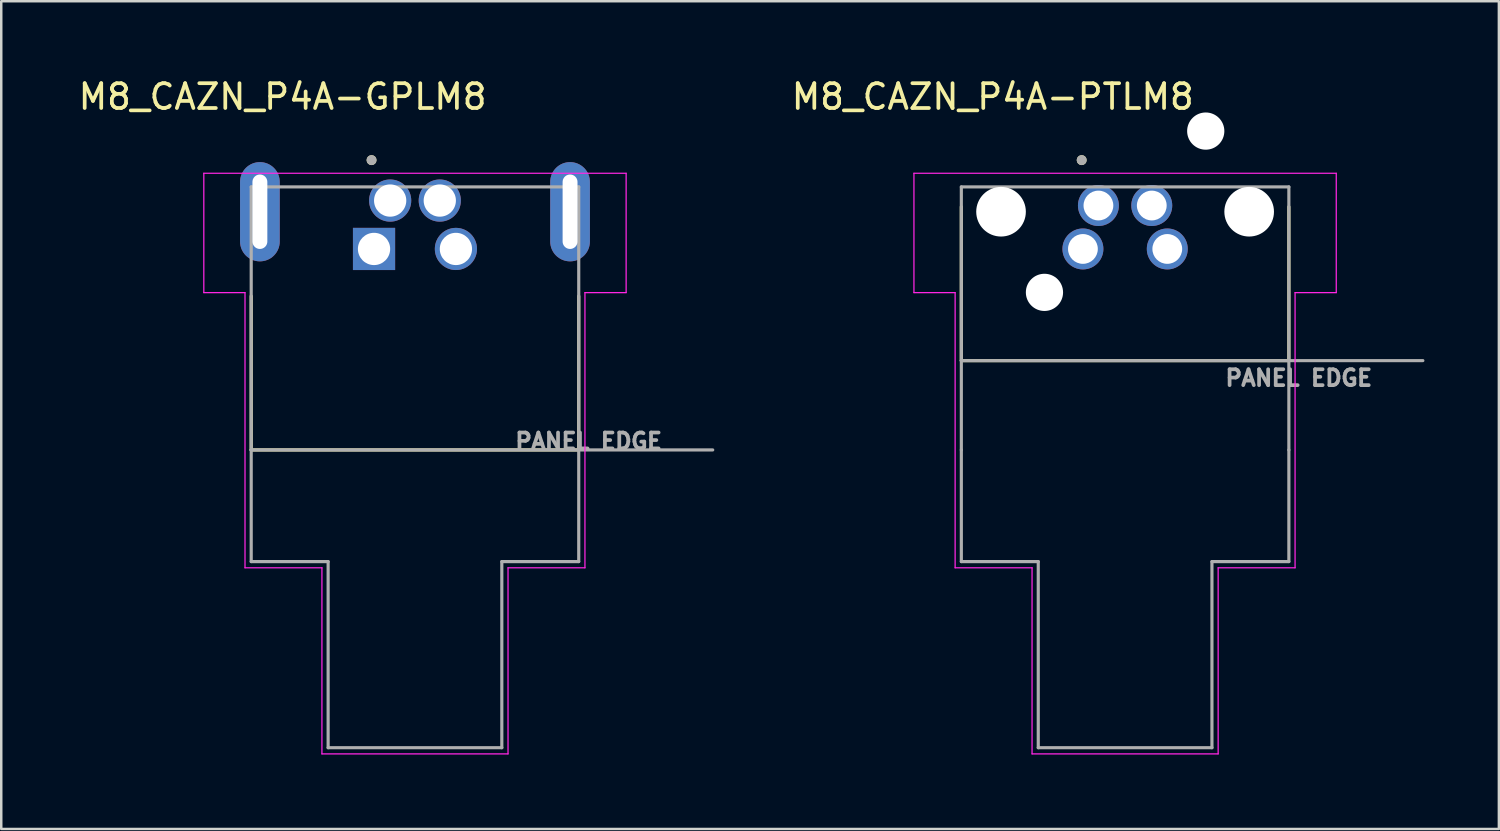
<source format=kicad_pcb>
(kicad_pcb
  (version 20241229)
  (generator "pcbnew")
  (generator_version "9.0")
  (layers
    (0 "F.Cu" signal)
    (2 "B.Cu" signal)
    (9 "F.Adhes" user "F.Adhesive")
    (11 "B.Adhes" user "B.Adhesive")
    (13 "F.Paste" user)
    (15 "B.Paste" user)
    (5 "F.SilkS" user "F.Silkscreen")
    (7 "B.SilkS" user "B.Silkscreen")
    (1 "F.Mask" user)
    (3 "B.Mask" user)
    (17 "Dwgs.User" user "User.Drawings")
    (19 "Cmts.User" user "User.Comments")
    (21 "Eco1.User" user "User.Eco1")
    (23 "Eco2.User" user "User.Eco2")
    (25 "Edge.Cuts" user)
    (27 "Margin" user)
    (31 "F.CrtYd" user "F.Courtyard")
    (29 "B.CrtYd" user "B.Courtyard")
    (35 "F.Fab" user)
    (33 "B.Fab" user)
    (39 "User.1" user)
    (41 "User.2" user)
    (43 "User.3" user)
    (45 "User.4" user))
  (footprint "M8_CAZN_P4A-PTLM8"
    (layer "F.Cu")
    (at 42.293 6.483)
    (property "Reference" "M8_CAZN_P4A-PTLM8" (at -5.335 -5.635 0) (layer "F.SilkS") (effects (font (size 1 1) (thickness 0.15))))
    (attr through_hole)
    (fp_line (start -6.6 -1.2) (end -6.6 5) (stroke (width 0.127) (type solid)) (layer "F.SilkS"))
    (fp_line (start -6.6 5) (end 6.6 5) (stroke (width 0.127) (type solid)) (layer "F.SilkS"))
    (fp_line (start 6.6 5) (end 6.6 -1.2) (stroke (width 0.127) (type solid)) (layer "F.SilkS"))
    (fp_circle (center -1.75 -3.08) (end -1.65 -3.08) (stroke (width 0.2) (type solid)) (fill no) (layer "F.SilkS"))
    (fp_line (start -8.51 -2.55) (end 8.51 -2.55) (stroke (width 0.05) (type solid)) (layer "F.CrtYd"))
    (fp_line (start -8.51 2.26) (end -8.51 -2.55) (stroke (width 0.05) (type solid)) (layer "F.CrtYd"))
    (fp_line (start -6.85 2.26) (end -8.51 2.26) (stroke (width 0.05) (type solid)) (layer "F.CrtYd"))
    (fp_line (start -6.85 13.35) (end -6.85 2.26) (stroke (width 0.05) (type solid)) (layer "F.CrtYd"))
    (fp_line (start -3.75 13.35) (end -6.85 13.35) (stroke (width 0.05) (type solid)) (layer "F.CrtYd"))
    (fp_line (start -3.75 20.85) (end -3.75 13.35) (stroke (width 0.05) (type solid)) (layer "F.CrtYd"))
    (fp_line (start 3.75 13.35) (end 3.75 20.85) (stroke (width 0.05) (type solid)) (layer "F.CrtYd"))
    (fp_line (start 3.75 20.85) (end -3.75 20.85) (stroke (width 0.05) (type solid)) (layer "F.CrtYd"))
    (fp_line (start 6.85 2.26) (end 6.85 13.35) (stroke (width 0.05) (type solid)) (layer "F.CrtYd"))
    (fp_line (start 6.85 13.35) (end 3.75 13.35) (stroke (width 0.05) (type solid)) (layer "F.CrtYd"))
    (fp_line (start 8.51 -2.55) (end 8.51 2.26) (stroke (width 0.05) (type solid)) (layer "F.CrtYd"))
    (fp_line (start 8.51 2.26) (end 6.85 2.26) (stroke (width 0.05) (type solid)) (layer "F.CrtYd"))
    (fp_line (start -6.6 -2) (end 6.6 -2) (stroke (width 0.127) (type solid)) (layer "F.Fab"))
    (fp_line (start -6.6 8.6) (end -6.6 -2) (stroke (width 0.127) (type solid)) (layer "F.Fab"))
    (fp_line (start -6.6 8.6) (end -6.6 13.1) (stroke (width 0.127) (type solid)) (layer "F.Fab"))
    (fp_line (start -6.6 13.1) (end -3.5 13.1) (stroke (width 0.127) (type solid)) (layer "F.Fab"))
    (fp_line (start -3.5 13.1) (end -3.5 20.6) (stroke (width 0.127) (type solid)) (layer "F.Fab"))
    (fp_line (start -3.5 20.6) (end 3.5 20.6) (stroke (width 0.127) (type solid)) (layer "F.Fab"))
    (fp_line (start 3.5 13.1) (end 6.6 13.1) (stroke (width 0.127) (type solid)) (layer "F.Fab"))
    (fp_line (start 3.5 20.6) (end 3.5 13.1) (stroke (width 0.127) (type solid)) (layer "F.Fab"))
    (fp_line (start 6.6 -2) (end 6.6 8.6) (stroke (width 0.127) (type solid)) (layer "F.Fab"))
    (fp_line (start 6.6 5) (end -6.6 5) (stroke (width 0.127) (type solid)) (layer "F.Fab"))
    (fp_line (start 6.6 5) (end 12 5) (stroke (width 0.127) (type solid)) (layer "F.Fab"))
    (fp_line (start 6.6 13.1) (end 6.6 8.6) (stroke (width 0.127) (type solid)) (layer "F.Fab"))
    (fp_circle (center -1.75 -3.08) (end -1.65 -3.08) (stroke (width 0.2) (type solid)) (fill no) (layer "F.Fab"))
    (fp_text user "PANEL EDGE" (at 7 5.7 0) (layer "F.Fab") (effects (font (size 0.64 0.64) (thickness 0.15))))
    (pad "" np_thru_hole circle (at -5 -1) (size 2 2) (drill 2) (layers "*.Cu" "*.Mask"))
    (pad "" np_thru_hole circle (at -3.25 2.25) (size 1.5 1.5) (drill 1.5) (layers "*.Cu" "*.Mask"))
    (pad "" np_thru_hole circle (at 3.25 -4.25) (size 1.5 1.5) (drill 1.5) (layers "*.Cu" "*.Mask"))
    (pad "" np_thru_hole circle (at 5 -1) (size 2 2) (drill 2) (layers "*.Cu" "*.Mask"))
    (pad "1" thru_hole circle (at -1.7 0.5) (size 1.65 1.65) (drill 1.2) (layers "*.Cu" "*.Mask"))
    (pad "2" thru_hole circle (at -1.075 -1.25) (size 1.65 1.65) (drill 1.2) (layers "*.Cu" "*.Mask"))
    (pad "3" thru_hole circle (at 1.7 0.5) (size 1.65 1.65) (drill 1.2) (layers "*.Cu" "*.Mask"))
    (pad "4" thru_hole circle (at 1.075 -1.25) (size 1.65 1.65) (drill 1.2) (layers "*.Cu" "*.Mask")))
  (footprint "M8_CAZN_P4A-GPLM8"
    (layer "F.Cu")
    (at 13.674 6.483)
    (property "Reference" "M8_CAZN_P4A-GPLM8" (at -5.335 -5.635 0) (layer "F.SilkS") (effects (font (size 1 1) (thickness 0.15))))
    (attr through_hole)
    (fp_line (start -6.6 2.4) (end -6.6 8.6) (stroke (width 0.127) (type solid)) (layer "F.SilkS"))
    (fp_line (start -6.6 8.6) (end 6.6 8.6) (stroke (width 0.127) (type solid)) (layer "F.SilkS"))
    (fp_line (start 6.6 8.6) (end 6.6 2.4) (stroke (width 0.127) (type solid)) (layer "F.SilkS"))
    (fp_circle (center -1.75 -3.08) (end -1.65 -3.08) (stroke (width 0.2) (type solid)) (fill no) (layer "F.SilkS"))
    (fp_line (start -8.51 -2.55) (end 8.51 -2.55) (stroke (width 0.05) (type solid)) (layer "F.CrtYd"))
    (fp_line (start -8.51 2.26) (end -8.51 -2.55) (stroke (width 0.05) (type solid)) (layer "F.CrtYd"))
    (fp_line (start -6.85 2.26) (end -8.51 2.26) (stroke (width 0.05) (type solid)) (layer "F.CrtYd"))
    (fp_line (start -6.85 13.35) (end -6.85 2.26) (stroke (width 0.05) (type solid)) (layer "F.CrtYd"))
    (fp_line (start -3.75 13.35) (end -6.85 13.35) (stroke (width 0.05) (type solid)) (layer "F.CrtYd"))
    (fp_line (start -3.75 20.85) (end -3.75 13.35) (stroke (width 0.05) (type solid)) (layer "F.CrtYd"))
    (fp_line (start 3.75 13.35) (end 3.75 20.85) (stroke (width 0.05) (type solid)) (layer "F.CrtYd"))
    (fp_line (start 3.75 20.85) (end -3.75 20.85) (stroke (width 0.05) (type solid)) (layer "F.CrtYd"))
    (fp_line (start 6.85 2.26) (end 6.85 13.35) (stroke (width 0.05) (type solid)) (layer "F.CrtYd"))
    (fp_line (start 6.85 13.35) (end 3.75 13.35) (stroke (width 0.05) (type solid)) (layer "F.CrtYd"))
    (fp_line (start 8.51 -2.55) (end 8.51 2.26) (stroke (width 0.05) (type solid)) (layer "F.CrtYd"))
    (fp_line (start 8.51 2.26) (end 6.85 2.26) (stroke (width 0.05) (type solid)) (layer "F.CrtYd"))
    (fp_line (start -6.6 -2) (end 6.6 -2) (stroke (width 0.127) (type solid)) (layer "F.Fab"))
    (fp_line (start -6.6 8.6) (end -6.6 -2) (stroke (width 0.127) (type solid)) (layer "F.Fab"))
    (fp_line (start -6.6 8.6) (end -6.6 13.1) (stroke (width 0.127) (type solid)) (layer "F.Fab"))
    (fp_line (start -6.6 13.1) (end -3.5 13.1) (stroke (width 0.127) (type solid)) (layer "F.Fab"))
    (fp_line (start -3.5 13.1) (end -3.5 20.6) (stroke (width 0.127) (type solid)) (layer "F.Fab"))
    (fp_line (start -3.5 20.6) (end 3.5 20.6) (stroke (width 0.127) (type solid)) (layer "F.Fab"))
    (fp_line (start 3.5 13.1) (end 6.6 13.1) (stroke (width 0.127) (type solid)) (layer "F.Fab"))
    (fp_line (start 3.5 20.6) (end 3.5 13.1) (stroke (width 0.127) (type solid)) (layer "F.Fab"))
    (fp_line (start 6.6 -2) (end 6.6 8.6) (stroke (width 0.127) (type solid)) (layer "F.Fab"))
    (fp_line (start 6.6 8.6) (end -6.6 8.6) (stroke (width 0.127) (type solid)) (layer "F.Fab"))
    (fp_line (start 6.6 8.6) (end 12 8.6) (stroke (width 0.127) (type solid)) (layer "F.Fab"))
    (fp_line (start 6.6 13.1) (end 6.6 8.6) (stroke (width 0.127) (type solid)) (layer "F.Fab"))
    (fp_circle (center -1.75 -3.08) (end -1.65 -3.08) (stroke (width 0.2) (type solid)) (fill no) (layer "F.Fab"))
    (fp_text user "PANEL EDGE" (at 7 8.25 0) (layer "F.Fab") (effects (font (size 0.64 0.64) (thickness 0.15))))
    (pad "1" thru_hole rect (at -1.65 0.5) (size 1.7 1.7) (drill 1.3) (layers "*.Cu" "*.Mask"))
    (pad "2" thru_hole circle (at -1 -1.45) (size 1.7 1.7) (drill 1.3) (layers "*.Cu" "*.Mask"))
    (pad "3" thru_hole circle (at 1.65 0.5) (size 1.7 1.7) (drill 1.3) (layers "*.Cu" "*.Mask"))
    (pad "4" thru_hole circle (at 1 -1.45) (size 1.7 1.7) (drill 1.3) (layers "*.Cu" "*.Mask"))
    (pad "SH" thru_hole oval (at -6.25 -1) (size 1.6 4) (drill oval 0.6 3) (layers "*.Cu" "*.Mask"))
    (pad "SH" thru_hole oval (at 6.25 -1) (size 1.6 4) (drill oval 0.6 3) (layers "*.Cu" "*.Mask")))
  (gr_rect
    (start -3 -3)
    (end 57.357 30.358)
    (stroke (width 0.1) (type default))
    (fill no)
    (layer "Edge.Cuts")))
</source>
